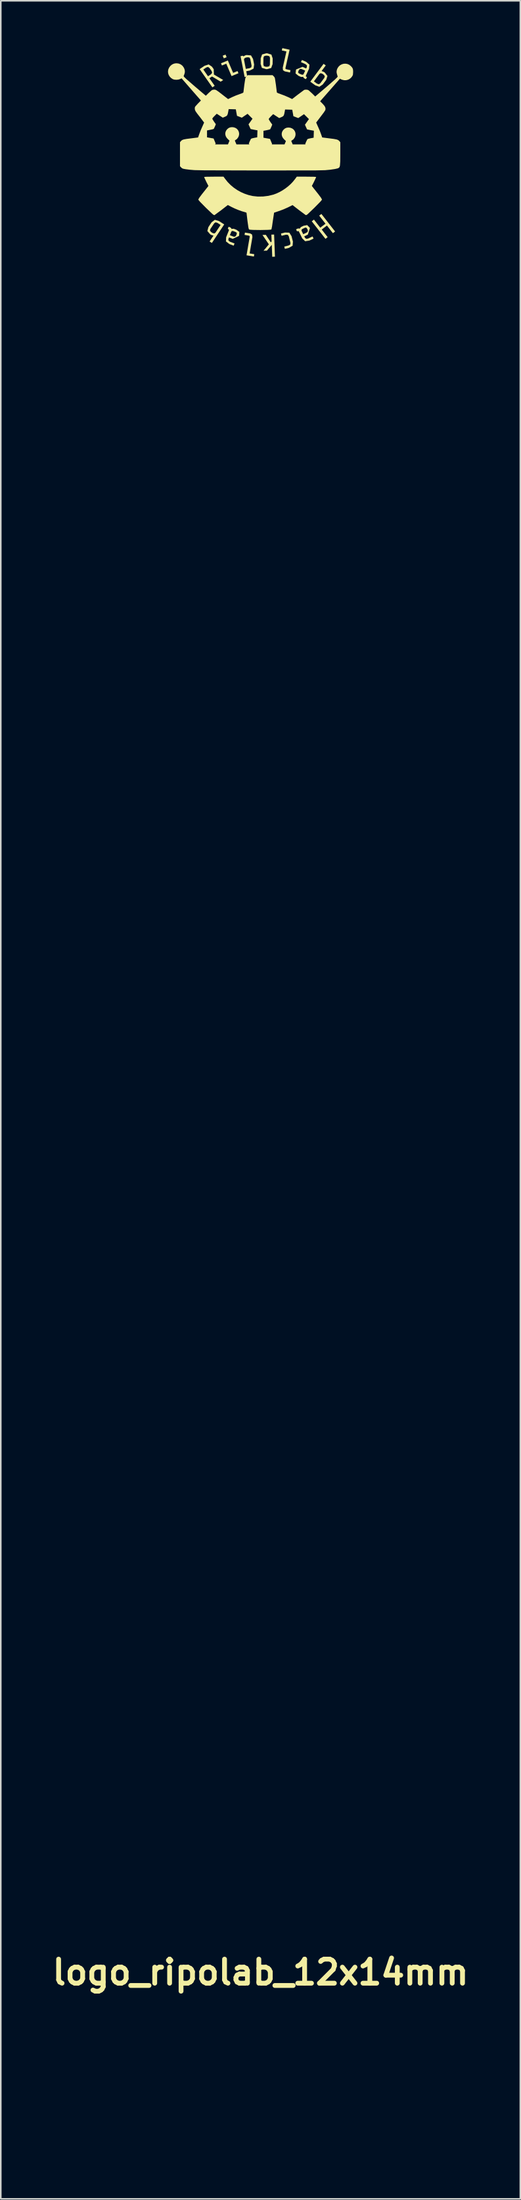
<source format=kicad_pcb>
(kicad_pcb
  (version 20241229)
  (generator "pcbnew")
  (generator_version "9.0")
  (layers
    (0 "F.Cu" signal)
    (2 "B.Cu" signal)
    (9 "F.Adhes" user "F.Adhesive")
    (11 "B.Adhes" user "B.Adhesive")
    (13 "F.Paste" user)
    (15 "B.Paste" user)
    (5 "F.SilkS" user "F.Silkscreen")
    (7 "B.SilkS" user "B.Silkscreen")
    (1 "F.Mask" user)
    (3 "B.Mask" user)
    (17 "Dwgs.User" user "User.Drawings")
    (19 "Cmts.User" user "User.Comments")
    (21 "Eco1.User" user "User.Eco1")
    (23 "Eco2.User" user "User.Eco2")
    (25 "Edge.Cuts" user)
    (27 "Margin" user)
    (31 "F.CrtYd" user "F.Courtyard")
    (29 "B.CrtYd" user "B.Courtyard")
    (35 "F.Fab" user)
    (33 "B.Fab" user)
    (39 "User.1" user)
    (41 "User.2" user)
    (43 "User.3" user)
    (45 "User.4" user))
  (footprint "logo_ripolab_12x14mm"
    (layer "F.Cu")
    (at 13.477 133.059)
    (property "Reference" "logo_ripolab_12x14mm" (at 0 -11.107 0) (layer "F.SilkS") (effects (font (size 1.524 1.524) (thickness 0.305))))
    (attr smd)
    (fp_poly (pts (xy -0.653 -121.313) (xy -0.541 -121.246) (xy -0.516 -121.087) (xy -0.694 -120.048) (xy -0.399 -119.999) (xy -0.425 -119.851) (xy -0.891 -119.929) (xy -0.689 -121.105) (xy -0.697 -121.154) (xy -0.749 -121.176) (xy -1.016 -121.221) (xy -0.99 -121.369) (xy -0.653 -121.313)) (stroke (width 0) (type solid)) (fill yes) (layer "F.SilkS"))
    (fp_poly (pts (xy 1.532 -131.587) (xy 1.423 -131.66) (xy 1.407 -131.82) (xy 1.64 -132.848) (xy 1.348 -132.912) (xy 1.381 -133.059) (xy 1.842 -132.958) (xy 1.578 -131.793) (xy 1.584 -131.744) (xy 1.635 -131.719) (xy 1.899 -131.661) (xy 1.866 -131.514) (xy 1.532 -131.587)) (stroke (width 0) (type solid)) (fill yes) (layer "F.SilkS"))
    (fp_poly (pts (xy 4.118 -121.931) (xy 3.718 -122.443) (xy 3.858 -122.549) (xy 4.728 -121.437) (xy 4.588 -121.33) (xy 4.21 -121.814) (xy 3.878 -121.561) (xy 4.256 -121.078) (xy 4.115 -120.972) (xy 3.246 -122.084) (xy 3.386 -122.191) (xy 3.786 -121.679) (xy 4.118 -121.931)) (stroke (width 0) (type solid)) (fill yes) (layer "F.SilkS"))
    (fp_poly (pts (xy 0.702 -120.81) (xy 0.686 -121.239) (xy 0.859 -121.245) (xy 0.912 -119.842) (xy 0.739 -119.835) (xy 0.71 -120.593) (xy 0.404 -120.225) (xy 0.187 -120.216) (xy 0.526 -120.624) (xy 0.12 -121.218) (xy 0.334 -121.226) (xy 0.651 -120.748) (xy 0.702 -120.81) (xy 0.702 -120.81)) (stroke (width 0) (type solid)) (fill yes) (layer "F.SilkS"))
    (fp_poly (pts (xy -2.224 -132.651) (xy -1.462 -131.606) (xy -1.403 -131.467) (xy -1.841 -131.286) (xy -2.176 -132.072) (xy -2.452 -131.958) (xy -2.511 -132.097) (xy -2.076 -132.277) (xy -1.74 -131.491) (xy -1.462 -131.606) (xy -2.224 -132.651) (xy -2.153 -132.484) (xy -2.331 -132.41) (xy -2.402 -132.577) (xy -2.224 -132.651)) (stroke (width 0) (type solid)) (fill yes) (layer "F.SilkS"))
    (fp_poly (pts (xy 1.55 -121.373) (xy 1.823 -121.363) (xy 1.964 -121.143) (xy 2.053 -120.793) (xy 2.032 -120.536) (xy 1.795 -120.399) (xy 1.54 -120.337) (xy 1.504 -120.483) (xy 1.778 -120.55) (xy 1.881 -120.61) (xy 1.895 -120.713) (xy 1.787 -121.141) (xy 1.726 -121.226) (xy 1.607 -121.232) (xy 1.332 -121.164) (xy 1.295 -121.31) (xy 1.55 -121.373) (xy 1.55 -121.373)) (stroke (width 0) (type solid)) (fill yes) (layer "F.SilkS"))
    (fp_poly (pts (xy -3.246 -131.15) (xy -3.633 -131.703) (xy -3.332 -131.274) (xy -3.143 -131.403) (xy -3.071 -131.494) (xy -3.105 -131.607) (xy -3.238 -131.797) (xy -3.332 -131.867) (xy -3.444 -131.832) (xy -3.633 -131.703) (xy -3.246 -131.15) (xy -2.91 -130.672) (xy -3.056 -130.573) (xy -3.866 -131.728) (xy -3.551 -131.942) (xy -3.293 -132.026) (xy -3.082 -131.881) (xy -2.971 -131.723) (xy -2.959 -131.387) (xy -2.371 -131.039) (xy -2.53 -130.931) (xy -3.081 -131.262) (xy -3.246 -131.15)) (stroke (width 0) (type solid)) (fill yes) (layer "F.SilkS"))
    (fp_poly (pts (xy -3.108 -122.019) (xy -2.855 -122.019) (xy -2.941 -121.959) (xy -3.187 -121.59) (xy -3.208 -121.489) (xy -3.132 -121.399) (xy -3.036 -121.337) (xy -2.933 -121.313) (xy -2.864 -121.358) (xy -2.535 -121.853) (xy -2.741 -121.986) (xy -2.855 -122.019) (xy -3.108 -122.019) (xy -2.9 -122.178) (xy -2.64 -122.101) (xy -2.306 -121.885) (xy -3.088 -120.711) (xy -3.233 -120.804) (xy -2.987 -121.173) (xy -3.137 -121.222) (xy -3.198 -121.262) (xy -3.375 -121.467) (xy -3.309 -121.717) (xy -3.108 -122.019)) (stroke (width 0) (type solid)) (fill yes) (layer "F.SilkS"))
    (fp_poly (pts (xy 3.946 -130.756) (xy 3.693 -130.769) (xy 3.782 -130.824) (xy 4.047 -131.18) (xy 4.074 -131.28) (xy 4.003 -131.374) (xy 3.911 -131.441) (xy 3.809 -131.47) (xy 3.738 -131.429) (xy 3.382 -130.952) (xy 3.581 -130.808) (xy 3.693 -130.769) (xy 3.946 -130.756) (xy 3.73 -130.608) (xy 3.474 -130.699) (xy 3.153 -130.931) (xy 3.996 -132.063) (xy 4.135 -131.963) (xy 3.87 -131.607) (xy 4.017 -131.55) (xy 4.076 -131.507) (xy 4.242 -131.293) (xy 4.163 -131.047) (xy 3.946 -130.756)) (stroke (width 0) (type solid)) (fill yes) (layer "F.SilkS"))
    (fp_poly (pts (xy -1.11 -132.578) (xy -1.101 -132.531) (xy -0.942 -132.457) (xy -1.033 -132.403) (xy -1.05 -132.324) (xy -0.936 -131.743) (xy -0.694 -131.789) (xy -0.589 -131.844) (xy -0.57 -131.946) (xy -0.655 -132.379) (xy -0.711 -132.466) (xy -0.83 -132.478) (xy -0.942 -132.457) (xy -1.101 -132.531) (xy -0.951 -132.609) (xy -0.879 -132.622) (xy -0.606 -132.597) (xy -0.477 -132.372) (xy -0.407 -132.017) (xy -0.444 -131.761) (xy -0.685 -131.638) (xy -0.907 -131.595) (xy -0.842 -131.26) (xy -1.011 -131.228) (xy -1.27 -132.548) (xy -1.11 -132.578)) (stroke (width 0) (type solid)) (fill yes) (layer "F.SilkS"))
    (fp_poly (pts (xy 0.763 -132.043) (xy 0.55 -131.909) (xy 0.59 -132.005) (xy 0.596 -132.446) (xy 0.596 -132.446) (xy 0.559 -132.543) (xy 0.446 -132.579) (xy 0.338 -132.581) (xy 0.223 -132.548) (xy 0.183 -132.452) (xy 0.177 -132.011) (xy 0.214 -131.914) (xy 0.327 -131.879) (xy 0.435 -131.877) (xy 0.55 -131.909) (xy 0.763 -132.043) (xy 0.674 -131.799) (xy 0.413 -131.727) (xy 0.345 -131.728) (xy 0.084 -131.808) (xy 0.004 -132.054) (xy 0.009 -132.415) (xy 0.097 -132.658) (xy 0.36 -132.731) (xy 0.427 -132.73) (xy 0.687 -132.65) (xy 0.769 -132.404) (xy 0.763 -132.043)) (stroke (width 0) (type solid)) (fill yes) (layer "F.SilkS"))
    (fp_poly (pts (xy 2.351 -121.621) (xy 2.648 -121.595) (xy 2.591 -121.537) (xy 2.608 -121.465) (xy 2.706 -121.266) (xy 2.935 -121.375) (xy 2.998 -121.444) (xy 2.991 -121.536) (xy 2.947 -121.626) (xy 2.891 -121.685) (xy 2.811 -121.673) (xy 2.648 -121.595) (xy 2.648 -121.595) (xy 2.351 -121.621) (xy 2.411 -121.632) (xy 2.478 -121.615) (xy 2.563 -121.722) (xy 2.726 -121.8) (xy 2.956 -121.843) (xy 3.112 -121.683) (xy 3.13 -121.646) (xy 2.999 -121.239) (xy 2.772 -121.131) (xy 2.816 -121.04) (xy 2.894 -120.97) (xy 3.011 -120.989) (xy 3.296 -121.124) (xy 3.362 -120.988) (xy 3.096 -120.862) (xy 2.828 -120.819) (xy 2.643 -121.002) (xy 2.43 -121.436) (xy 2.39 -121.468) (xy 2.312 -121.446) (xy 2.25 -121.573) (xy 2.351 -121.621)) (stroke (width 0) (type solid)) (fill yes) (layer "F.SilkS"))
    (fp_poly (pts (xy 2.78 -131.137) (xy 2.609 -131.379) (xy 2.692 -131.373) (xy 2.737 -131.432) (xy 2.829 -131.633) (xy 2.597 -131.736) (xy 2.503 -131.741) (xy 2.436 -131.677) (xy 2.394 -131.585) (xy 2.384 -131.506) (xy 2.444 -131.452) (xy 2.609 -131.379) (xy 2.78 -131.137) (xy 2.733 -131.176) (xy 2.703 -131.238) (xy 2.565 -131.233) (xy 2.4 -131.307) (xy 2.219 -131.454) (xy 2.244 -131.674) (xy 2.261 -131.71) (xy 2.662 -131.873) (xy 2.892 -131.77) (xy 2.934 -131.861) (xy 2.939 -131.965) (xy 2.85 -132.042) (xy 2.562 -132.171) (xy 2.625 -132.308) (xy 2.894 -132.188) (xy 3.1 -132.012) (xy 3.075 -131.754) (xy 2.873 -131.316) (xy 2.874 -131.265) (xy 2.941 -131.22) (xy 2.882 -131.092) (xy 2.78 -131.137) (xy 2.78 -131.137)) (stroke (width 0) (type solid)) (fill yes) (layer "F.SilkS"))
    (fp_poly (pts (xy -1.923 -121.698) (xy -1.74 -121.466) (xy -1.822 -121.468) (xy -1.864 -121.406) (xy -1.946 -121.201) (xy -1.709 -121.109) (xy -1.615 -121.11) (xy -1.551 -121.178) (xy -1.514 -121.271) (xy -1.508 -121.351) (xy -1.571 -121.401) (xy -1.74 -121.466) (xy -1.74 -121.466) (xy -1.923 -121.698) (xy -1.874 -121.662) (xy -1.841 -121.602) (xy -1.703 -121.613) (xy -1.535 -121.548) (xy -1.346 -121.411) (xy -1.36 -121.19) (xy -1.375 -121.153) (xy -1.767 -120.97) (xy -2.002 -121.061) (xy -2.039 -120.967) (xy -2.038 -120.864) (xy -1.945 -120.791) (xy -1.651 -120.678) (xy -1.707 -120.538) (xy -1.982 -120.644) (xy -2.196 -120.808) (xy -2.185 -121.067) (xy -2.007 -121.515) (xy -2.011 -121.566) (xy -2.079 -121.608) (xy -2.027 -121.738) (xy -1.923 -121.698) (xy -1.923 -121.698)) (stroke (width 0) (type solid)) (fill yes) (layer "F.SilkS"))
    (fp_poly (pts (xy -5.323 -132.099) (xy -5.431 -132.09) (xy -5.536 -132.06) (xy -2.92 -128.76) (xy -2.778 -128.899) (xy -2.587 -128.775) (xy -2.397 -128.651) (xy -2.254 -128.711) (xy -2.164 -128.755) (xy -2.11 -128.814) (xy -2.074 -128.918) (xy -2.039 -129.102) (xy -2.023 -129.194) (xy -1.797 -129.187) (xy -1.57 -129.18) (xy -1.533 -128.974) (xy -1.495 -128.768) (xy -1.342 -128.709) (xy -1.188 -128.65) (xy -1.007 -128.774) (xy -0.825 -128.897) (xy -0.668 -128.741) (xy -0.511 -128.585) (xy -0.637 -128.407) (xy -0.764 -128.228) (xy -0.699 -128.084) (xy -0.63 -127.932) (xy -0.412 -127.887) (xy -0.198 -127.848) (xy -0.205 -127.626) (xy -0.212 -127.405) (xy -0.397 -127.373) (xy -0.536 -127.342) (xy -0.609 -127.312) (xy -0.691 -127.146) (xy -0.746 -127.008) (xy -0.712 -126.958) (xy -1.53 -126.958) (xy -1.633 -127.201) (xy -1.576 -127.247) (xy -1.503 -127.294) (xy -1.422 -127.401) (xy -1.385 -127.481) (xy -1.364 -127.564) (xy -1.36 -127.648) (xy -1.373 -127.729) (xy -1.401 -127.807) (xy -1.443 -127.877) (xy -1.5 -127.94) (xy -1.571 -127.991) (xy -1.684 -128.036) (xy -1.807 -128.051) (xy -1.927 -128.037) (xy -2.028 -127.994) (xy -2.114 -127.923) (xy -2.178 -127.843) (xy -2.219 -127.755) (xy -2.238 -127.663) (xy -2.234 -127.569) (xy -2.207 -127.475) (xy -2.156 -127.384) (xy -2.082 -127.299) (xy -1.971 -127.193) (xy -2.008 -127.105) (xy -2.068 -126.958) (xy -2.884 -126.958) (xy -2.847 -127.012) (xy -2.913 -127.172) (xy -2.98 -127.332) (xy -3.188 -127.368) (xy -3.396 -127.405) (xy -3.396 -127.624) (xy -3.396 -127.842) (xy -3.19 -127.882) (xy -3.04 -127.916) (xy -2.966 -127.942) (xy -2.892 -128.1) (xy -2.837 -128.237) (xy -2.95 -128.396) (xy -3.029 -128.518) (xy -3.062 -128.588) (xy -3.021 -128.653) (xy -2.92 -128.76) (xy -5.536 -132.06) (xy -5.634 -132.006) (xy -5.722 -131.93) (xy -5.801 -131.824) (xy -5.851 -131.711) (xy -5.871 -131.594) (xy -5.864 -131.477) (xy -5.829 -131.364) (xy -5.767 -131.26) (xy -5.68 -131.168) (xy -5.568 -131.093) (xy -5.467 -131.063) (xy -5.34 -131.053) (xy -5.21 -131.065) (xy -5.103 -131.098) (xy -5.009 -131.144) (xy -4.939 -131.062) (xy -4.326 -130.359) (xy 0.628 -128.371) (xy 0.549 -128.493) (xy 0.516 -128.564) (xy 0.558 -128.628) (xy 0.658 -128.736) (xy 0.8 -128.875) (xy 0.991 -128.75) (xy 1.182 -128.626) (xy 1.324 -128.686) (xy 1.415 -128.731) (xy 1.469 -128.79) (xy 1.504 -128.894) (xy 1.539 -129.077) (xy 1.555 -129.169) (xy 1.555 -129.169) (xy 1.555 -129.169) (xy 1.782 -129.162) (xy 2.009 -129.155) (xy 2.046 -128.95) (xy 2.083 -128.744) (xy 2.236 -128.685) (xy 2.39 -128.626) (xy 2.572 -128.749) (xy 2.753 -128.873) (xy 2.911 -128.717) (xy 3.068 -128.561) (xy 2.941 -128.382) (xy 2.815 -128.204) (xy 2.879 -128.06) (xy 2.949 -127.908) (xy 3.167 -127.862) (xy 3.38 -127.824) (xy 3.373 -127.602) (xy 3.366 -127.381) (xy 3.181 -127.348) (xy 3.043 -127.317) (xy 2.969 -127.288) (xy 2.887 -127.121) (xy 2.832 -126.984) (xy 2.85 -126.958) (xy 2.038 -126.958) (xy 1.946 -127.177) (xy 2.002 -127.223) (xy 2.076 -127.27) (xy 2.156 -127.376) (xy 2.194 -127.457) (xy 2.214 -127.54) (xy 2.218 -127.623) (xy 2.206 -127.705) (xy 2.178 -127.782) (xy 2.135 -127.853) (xy 2.078 -127.915) (xy 2.007 -127.966) (xy 1.894 -128.011) (xy 1.771 -128.027) (xy 1.652 -128.013) (xy 1.551 -127.969) (xy 1.465 -127.899) (xy 1.401 -127.819) (xy 1.359 -127.731) (xy 1.341 -127.639) (xy 1.345 -127.544) (xy 1.372 -127.45) (xy 1.422 -127.36) (xy 1.496 -127.275) (xy 1.607 -127.169) (xy 1.571 -127.08) (xy 1.52 -126.958) (xy 0.711 -126.958) (xy 0.731 -126.988) (xy 0.665 -127.147) (xy 0.598 -127.307) (xy 0.391 -127.344) (xy 0.183 -127.381) (xy 0.183 -127.599) (xy 0.183 -127.818) (xy 0.388 -127.857) (xy 0.539 -127.891) (xy 0.612 -127.918) (xy 0.686 -128.076) (xy 0.741 -128.213) (xy 0.628 -128.371) (xy -4.326 -130.359) (xy -3.783 -129.739) (xy -3.978 -129.541) (xy -4.144 -129.357) (xy -4.168 -129.301) (xy -4.173 -129.237) (xy -4.164 -129.151) (xy -4.122 -129.056) (xy -4.019 -128.911) (xy -3.831 -128.672) (xy -3.581 -128.341) (xy -3.701 -128.071) (xy -3.806 -127.832) (xy -3.889 -127.611) (xy -3.963 -127.398) (xy -4.386 -127.343) (xy -4.693 -127.305) (xy -4.878 -127.27) (xy -4.982 -127.23) (xy -5.047 -127.171) (xy -5.111 -127.097) (xy -5.111 -126.336) (xy -5.111 -125.574) (xy -3.725 -123.794) (xy -3.884 -123.582) (xy -3.951 -123.465) (xy -3.919 -123.412) (xy -3.826 -123.305) (xy -3.461 -122.935) (xy -3.058 -122.552) (xy -2.969 -122.484) (xy -2.925 -122.473) (xy -2.477 -122.803) (xy -2.077 -123.115) (xy -1.848 -122.995) (xy -1.644 -122.897) (xy -1.417 -122.803) (xy -1.197 -122.723) (xy -1.014 -122.671) (xy -0.927 -122.644) (xy -0.891 -122.62) (xy -0.829 -122.095) (xy -0.771 -121.691) (xy -0.748 -121.601) (xy -0.725 -121.563) (xy -0.648 -121.548) (xy -0.483 -121.537) (xy -0.01 -121.53) (xy 0.458 -121.54) (xy 0.617 -121.551) (xy 0.687 -121.567) (xy 0.725 -121.74) (xy 0.778 -122.108) (xy 0.857 -122.629) (xy 1.161 -122.732) (xy 1.449 -122.838) (xy 1.738 -122.966) (xy 2.028 -123.111) (xy 2.413 -122.812) (xy 2.857 -122.482) (xy 2.9 -122.476) (xy 2.977 -122.525) (xy 3.406 -122.934) (xy 3.771 -123.305) (xy 3.865 -123.412) (xy 3.896 -123.465) (xy 3.83 -123.582) (xy 3.671 -123.794) (xy 3.35 -124.199) (xy 3.253 -124.324) (xy 3.39 -124.59) (xy 3.527 -124.884) (xy 3.494 -124.897) (xy 3.388 -124.906) (xy 2.912 -124.912) (xy 2.297 -124.912) (xy 2.186 -124.76) (xy 2.057 -124.599) (xy 1.911 -124.445) (xy 1.749 -124.3) (xy 1.575 -124.166) (xy 1.392 -124.044) (xy 1.202 -123.937) (xy 1.008 -123.846) (xy 0.812 -123.774) (xy 0.495 -123.697) (xy 0.157 -123.655) (xy -0.182 -123.651) (xy -0.499 -123.686) (xy -0.759 -123.746) (xy -1.011 -123.831) (xy -1.254 -123.938) (xy -1.485 -124.067) (xy -1.702 -124.217) (xy -1.903 -124.385) (xy -2.086 -124.571) (xy -2.248 -124.773) (xy -2.35 -124.912) (xy -2.965 -124.912) (xy -2.965 -124.912) (xy -2.965 -124.912) (xy -3.442 -124.906) (xy -3.548 -124.897) (xy -3.581 -124.884) (xy -3.444 -124.59) (xy -3.307 -124.324) (xy -3.404 -124.199) (xy -3.725 -123.794) (xy -5.111 -125.574) (xy -5.041 -125.5) (xy -4.983 -125.447) (xy -4.905 -125.414) (xy -4.759 -125.386) (xy -4.494 -125.352) (xy -4.194 -125.327) (xy -3.577 -125.314) (xy -0.069 -125.304) (xy 3.507 -125.309) (xy 4.098 -125.323) (xy 4.409 -125.352) (xy 4.724 -125.398) (xy 4.903 -125.44) (xy 4.953 -125.466) (xy 4.99 -125.497) (xy 5.017 -125.544) (xy 5.036 -125.617) (xy 5.054 -125.877) (xy 5.057 -126.356) (xy 5.057 -127.097) (xy 4.993 -127.171) (xy 4.928 -127.23) (xy 4.824 -127.27) (xy 4.639 -127.305) (xy 4.331 -127.344) (xy 3.909 -127.398) (xy 3.835 -127.611) (xy 3.752 -127.832) (xy 3.647 -128.071) (xy 3.527 -128.342) (xy 3.811 -128.717) (xy 4.016 -128.988) (xy 4.11 -129.135) (xy 4.12 -129.23) (xy 4.098 -129.321) (xy 4.038 -129.418) (xy 3.937 -129.531) (xy 3.778 -129.69) (xy 4.334 -130.323) (xy 4.959 -131.037) (xy 5.029 -131.12) (xy 5.112 -131.081) (xy 5.211 -131.044) (xy 5.309 -131.026) (xy 5.406 -131.025) (xy 5.5 -131.041) (xy 5.588 -131.074) (xy 5.67 -131.123) (xy 5.744 -131.188) (xy 5.807 -131.269) (xy 5.84 -131.325) (xy 5.859 -131.381) (xy 5.871 -131.545) (xy 5.866 -131.67) (xy 5.847 -131.76) (xy 5.803 -131.836) (xy 5.726 -131.922) (xy 5.626 -132.002) (xy 5.513 -132.053) (xy 5.393 -132.074) (xy 5.271 -132.068) (xy 5.153 -132.034) (xy 5.044 -131.975) (xy 4.951 -131.89) (xy 4.878 -131.781) (xy 4.84 -131.686) (xy 4.822 -131.589) (xy 4.825 -131.494) (xy 4.848 -131.403) (xy 4.892 -131.253) (xy 4.848 -131.195) (xy 4.714 -131.066) (xy 4.181 -130.602) (xy 3.466 -129.994) (xy 3.252 -130.204) (xy 3.056 -130.381) (xy 2.994 -130.412) (xy 2.929 -130.425) (xy 2.834 -130.426) (xy 2.763 -130.408) (xy 2.355 -130.105) (xy 2.003 -129.832) (xy 1.759 -129.949) (xy 1.516 -130.054) (xy 1.275 -130.143) (xy 1.105 -130.206) (xy 1.034 -130.247) (xy 0.973 -130.734) (xy 0.912 -131.142) (xy 0.882 -131.217) (xy 0.838 -131.269) (xy 0.762 -131.344) (xy -0.027 -131.344) (xy -0.816 -131.344) (xy -0.894 -131.267) (xy -0.939 -131.215) (xy -0.969 -131.141) (xy -1.029 -130.744) (xy -1.088 -130.26) (xy -1.102 -130.238) (xy -1.145 -130.212) (xy -1.329 -130.143) (xy -1.571 -130.054) (xy -1.815 -129.948) (xy -2.06 -129.83) (xy -2.395 -130.09) (xy -2.659 -130.294) (xy -2.807 -130.396) (xy -2.895 -130.429) (xy -2.979 -130.426) (xy -3.046 -130.413) (xy -3.105 -130.384) (xy -3.283 -130.227) (xy -3.472 -130.041) (xy -4.182 -130.643) (xy -4.718 -131.109) (xy -4.843 -131.23) (xy -4.88 -131.282) (xy -4.827 -131.427) (xy -4.804 -131.521) (xy -4.802 -131.617) (xy -4.823 -131.717) (xy -4.865 -131.818) (xy -4.95 -131.938) (xy -5.06 -132.025) (xy -5.187 -132.08) (xy -5.323 -132.099) (xy -5.323 -132.099)) (stroke (width 0) (type solid)) (fill yes) (layer "F.SilkS")))
  (gr_rect
    (start -3 -3)
    (end 29.953 136.309)
    (stroke (width 0.1) (type default))
    (fill no)
    (layer "Edge.Cuts")))
</source>
